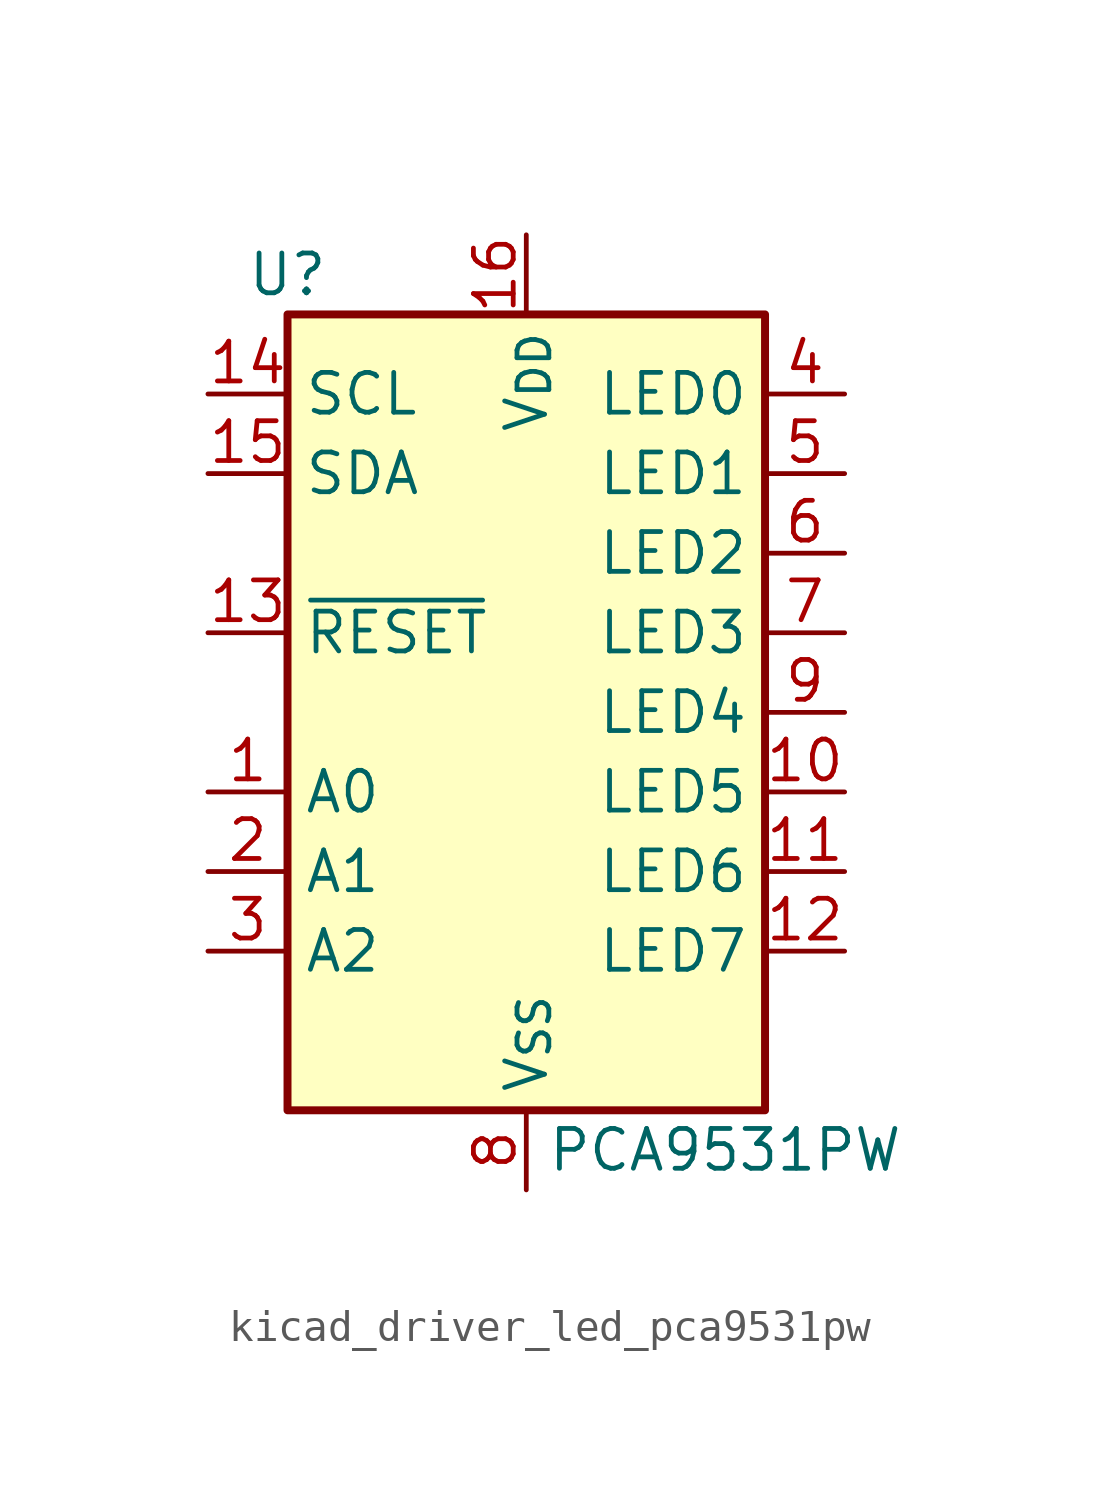
<source format=kicad_sym>
(kicad_symbol_lib
  (version 20220914)
  (generator kicad_symbol_editor)
  (symbol "kicad_driver_led_pca9531pw"
    (property "Reference" "U"
      (at -7.62 13.97 0)
      (effects (font (size 1.27 1.27))))
    (property "Value" "PCA9531PW"
      (at 6.35 -13.97 0)
      (effects (font (size 1.27 1.27))))
    (symbol "kicad_driver_led_pca9531pw_0_1"
      (rectangle (start -7.62 12.7) (end 7.62 -12.7) (stroke (width 0.254) (type default)) (fill (type background))))
    (symbol "kicad_driver_led_pca9531pw_1_1"
      (pin input line (at -10.16 -2.54 0) (length 2.54) (name "A0" (effects (font (size 1.27 1.27)))) (number "1" (effects (font (size 1.27 1.27)))))
      (pin open_collector line (at 10.16 -2.54 180) (length 2.54) (name "LED5" (effects (font (size 1.27 1.27)))) (number "10" (effects (font (size 1.27 1.27)))))
      (pin open_collector line (at 10.16 -5.08 180) (length 2.54) (name "LED6" (effects (font (size 1.27 1.27)))) (number "11" (effects (font (size 1.27 1.27)))))
      (pin open_collector line (at 10.16 -7.62 180) (length 2.54) (name "LED7" (effects (font (size 1.27 1.27)))) (number "12" (effects (font (size 1.27 1.27)))))
      (pin input line (at -10.16 2.54 0) (length 2.54) (name "~{RESET}" (effects (font (size 1.27 1.27)))) (number "13" (effects (font (size 1.27 1.27)))))
      (pin input line (at -10.16 10.16 0) (length 2.54) (name "SCL" (effects (font (size 1.27 1.27)))) (number "14" (effects (font (size 1.27 1.27)))))
      (pin bidirectional line (at -10.16 7.62 0) (length 2.54) (name "SDA" (effects (font (size 1.27 1.27)))) (number "15" (effects (font (size 1.27 1.27)))))
      (pin power_in line (at 0 15.24 270) (length 2.54) (name "V_{DD}" (effects (font (size 1.27 1.27)))) (number "16" (effects (font (size 1.27 1.27)))))
      (pin input line (at -10.16 -5.08 0) (length 2.54) (name "A1" (effects (font (size 1.27 1.27)))) (number "2" (effects (font (size 1.27 1.27)))))
      (pin input line (at -10.16 -7.62 0) (length 2.54) (name "A2" (effects (font (size 1.27 1.27)))) (number "3" (effects (font (size 1.27 1.27)))))
      (pin open_collector line (at 10.16 10.16 180) (length 2.54) (name "LED0" (effects (font (size 1.27 1.27)))) (number "4" (effects (font (size 1.27 1.27)))))
      (pin open_collector line (at 10.16 7.62 180) (length 2.54) (name "LED1" (effects (font (size 1.27 1.27)))) (number "5" (effects (font (size 1.27 1.27)))))
      (pin open_collector line (at 10.16 5.08 180) (length 2.54) (name "LED2" (effects (font (size 1.27 1.27)))) (number "6" (effects (font (size 1.27 1.27)))))
      (pin open_collector line (at 10.16 2.54 180) (length 2.54) (name "LED3" (effects (font (size 1.27 1.27)))) (number "7" (effects (font (size 1.27 1.27)))))
      (pin power_in line (at 0 -15.24 90) (length 2.54) (name "V_{SS}" (effects (font (size 1.27 1.27)))) (number "8" (effects (font (size 1.27 1.27)))))
      (pin open_collector line (at 10.16 0 180) (length 2.54) (name "LED4" (effects (font (size 1.27 1.27)))) (number "9" (effects (font (size 1.27 1.27))))))))
</source>
